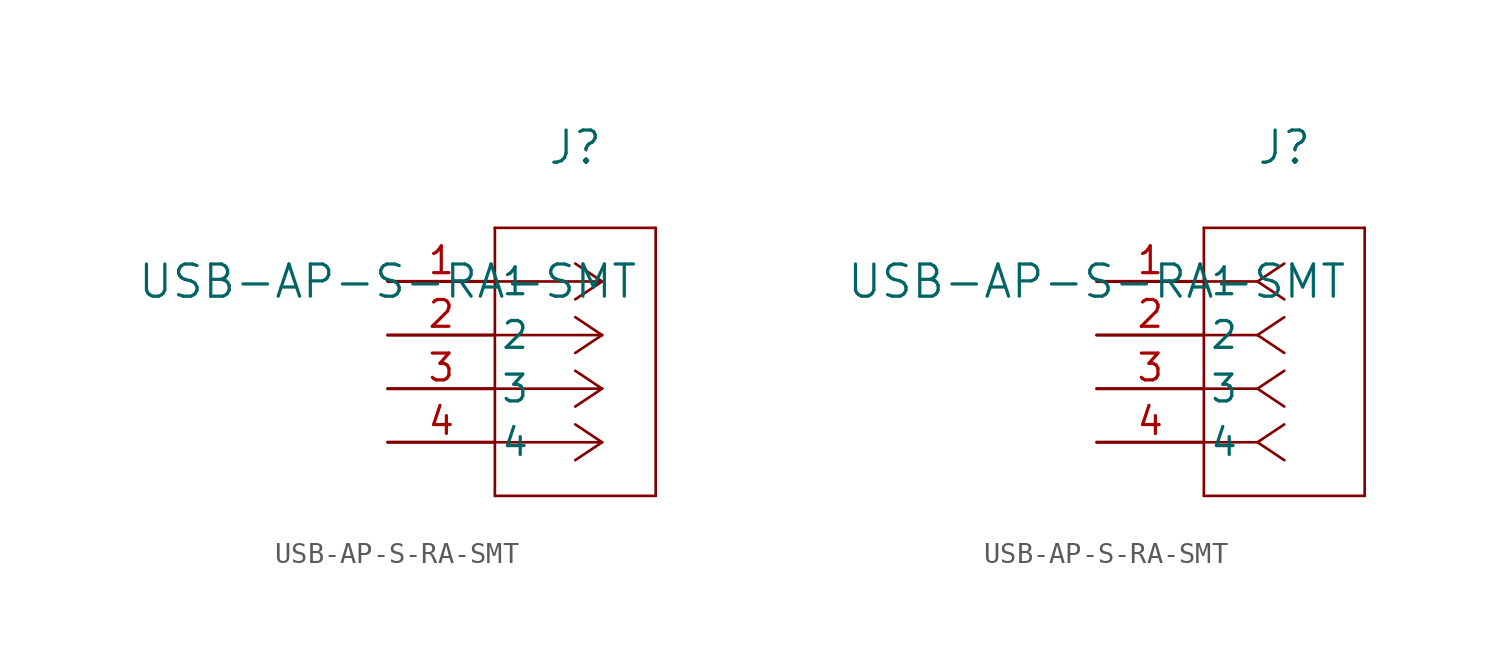
<source format=kicad_sym>
(kicad_symbol_lib
  (version 20211014)
  (generator kicad_symbol_editor)
  (symbol "USB-AP-S-RA-SMT"
    (pin_names
      (offset 0.254))
    (property "Reference" "J"
      (at 8.89 6.35 0)
      (effects (font (size 1.524 1.524))))
    (property "Value" "USB-AP-S-RA-SMT"
      (at 0 0 0)
      (effects (font (size 1.524 1.524))))
    (symbol "USB-AP-S-RA-SMT_1_1"
      (polyline (pts (xy 10.16 0) (xy 5.08 0)) (stroke (width 0.127) (type default) (color 0 0 0 0)) (fill (type none)))
      (polyline (pts (xy 10.16 -2.54) (xy 5.08 -2.54)) (stroke (width 0.127) (type default) (color 0 0 0 0)) (fill (type none)))
      (polyline (pts (xy 10.16 -5.08) (xy 5.08 -5.08)) (stroke (width 0.127) (type default) (color 0 0 0 0)) (fill (type none)))
      (polyline (pts (xy 10.16 -7.62) (xy 5.08 -7.62)) (stroke (width 0.127) (type default) (color 0 0 0 0)) (fill (type none)))
      (polyline (pts (xy 10.16 0) (xy 8.89 0.847)) (stroke (width 0.127) (type default) (color 0 0 0 0)) (fill (type none)))
      (polyline (pts (xy 10.16 -2.54) (xy 8.89 -1.693)) (stroke (width 0.127) (type default) (color 0 0 0 0)) (fill (type none)))
      (polyline (pts (xy 10.16 -5.08) (xy 8.89 -4.233)) (stroke (width 0.127) (type default) (color 0 0 0 0)) (fill (type none)))
      (polyline (pts (xy 10.16 -7.62) (xy 8.89 -6.773)) (stroke (width 0.127) (type default) (color 0 0 0 0)) (fill (type none)))
      (polyline (pts (xy 10.16 0) (xy 8.89 -0.847)) (stroke (width 0.127) (type default) (color 0 0 0 0)) (fill (type none)))
      (polyline (pts (xy 10.16 -2.54) (xy 8.89 -3.387)) (stroke (width 0.127) (type default) (color 0 0 0 0)) (fill (type none)))
      (polyline (pts (xy 10.16 -5.08) (xy 8.89 -5.927)) (stroke (width 0.127) (type default) (color 0 0 0 0)) (fill (type none)))
      (polyline (pts (xy 10.16 -7.62) (xy 8.89 -8.467)) (stroke (width 0.127) (type default) (color 0 0 0 0)) (fill (type none)))
      (polyline (pts (xy 5.08 2.54) (xy 5.08 -10.16)) (stroke (width 0.127) (type default) (color 0 0 0 0)) (fill (type none)))
      (polyline (pts (xy 5.08 -10.16) (xy 12.7 -10.16)) (stroke (width 0.127) (type default) (color 0 0 0 0)) (fill (type none)))
      (polyline (pts (xy 12.7 -10.16) (xy 12.7 2.54)) (stroke (width 0.127) (type default) (color 0 0 0 0)) (fill (type none)))
      (polyline (pts (xy 12.7 2.54) (xy 5.08 2.54)) (stroke (width 0.127) (type default) (color 0 0 0 0)) (fill (type none)))
      (pin unspecified line (at 0 0 0) (length 5.08) (name "1" (effects (font (size 1.27 1.27)))) (number "1" (effects (font (size 1.27 1.27)))))
      (pin unspecified line (at 0 -2.54 0) (length 5.08) (name "2" (effects (font (size 1.27 1.27)))) (number "2" (effects (font (size 1.27 1.27)))))
      (pin unspecified line (at 0 -5.08 0) (length 5.08) (name "3" (effects (font (size 1.27 1.27)))) (number "3" (effects (font (size 1.27 1.27)))))
      (pin unspecified line (at 0 -7.62 0) (length 5.08) (name "4" (effects (font (size 1.27 1.27)))) (number "4" (effects (font (size 1.27 1.27))))))
    (symbol "USB-AP-S-RA-SMT_1_2"
      (polyline (pts (xy 7.62 0) (xy 5.08 0)) (stroke (width 0.127) (type default) (color 0 0 0 0)) (fill (type none)))
      (polyline (pts (xy 7.62 -2.54) (xy 5.08 -2.54)) (stroke (width 0.127) (type default) (color 0 0 0 0)) (fill (type none)))
      (polyline (pts (xy 7.62 -5.08) (xy 5.08 -5.08)) (stroke (width 0.127) (type default) (color 0 0 0 0)) (fill (type none)))
      (polyline (pts (xy 7.62 -7.62) (xy 5.08 -7.62)) (stroke (width 0.127) (type default) (color 0 0 0 0)) (fill (type none)))
      (polyline (pts (xy 7.62 0) (xy 8.89 0.847)) (stroke (width 0.127) (type default) (color 0 0 0 0)) (fill (type none)))
      (polyline (pts (xy 7.62 -2.54) (xy 8.89 -1.693)) (stroke (width 0.127) (type default) (color 0 0 0 0)) (fill (type none)))
      (polyline (pts (xy 7.62 -5.08) (xy 8.89 -4.233)) (stroke (width 0.127) (type default) (color 0 0 0 0)) (fill (type none)))
      (polyline (pts (xy 7.62 -7.62) (xy 8.89 -6.773)) (stroke (width 0.127) (type default) (color 0 0 0 0)) (fill (type none)))
      (polyline (pts (xy 7.62 0) (xy 8.89 -0.847)) (stroke (width 0.127) (type default) (color 0 0 0 0)) (fill (type none)))
      (polyline (pts (xy 7.62 -2.54) (xy 8.89 -3.387)) (stroke (width 0.127) (type default) (color 0 0 0 0)) (fill (type none)))
      (polyline (pts (xy 7.62 -5.08) (xy 8.89 -5.927)) (stroke (width 0.127) (type default) (color 0 0 0 0)) (fill (type none)))
      (polyline (pts (xy 7.62 -7.62) (xy 8.89 -8.467)) (stroke (width 0.127) (type default) (color 0 0 0 0)) (fill (type none)))
      (polyline (pts (xy 5.08 2.54) (xy 5.08 -10.16)) (stroke (width 0.127) (type default) (color 0 0 0 0)) (fill (type none)))
      (polyline (pts (xy 5.08 -10.16) (xy 12.7 -10.16)) (stroke (width 0.127) (type default) (color 0 0 0 0)) (fill (type none)))
      (polyline (pts (xy 12.7 -10.16) (xy 12.7 2.54)) (stroke (width 0.127) (type default) (color 0 0 0 0)) (fill (type none)))
      (polyline (pts (xy 12.7 2.54) (xy 5.08 2.54)) (stroke (width 0.127) (type default) (color 0 0 0 0)) (fill (type none)))
      (pin unspecified line (at 0 0 0) (length 5.08) (name "1" (effects (font (size 1.27 1.27)))) (number "1" (effects (font (size 1.27 1.27)))))
      (pin unspecified line (at 0 -2.54 0) (length 5.08) (name "2" (effects (font (size 1.27 1.27)))) (number "2" (effects (font (size 1.27 1.27)))))
      (pin unspecified line (at 0 -5.08 0) (length 5.08) (name "3" (effects (font (size 1.27 1.27)))) (number "3" (effects (font (size 1.27 1.27)))))
      (pin unspecified line (at 0 -7.62 0) (length 5.08) (name "4" (effects (font (size 1.27 1.27)))) (number "4" (effects (font (size 1.27 1.27))))))))
</source>
